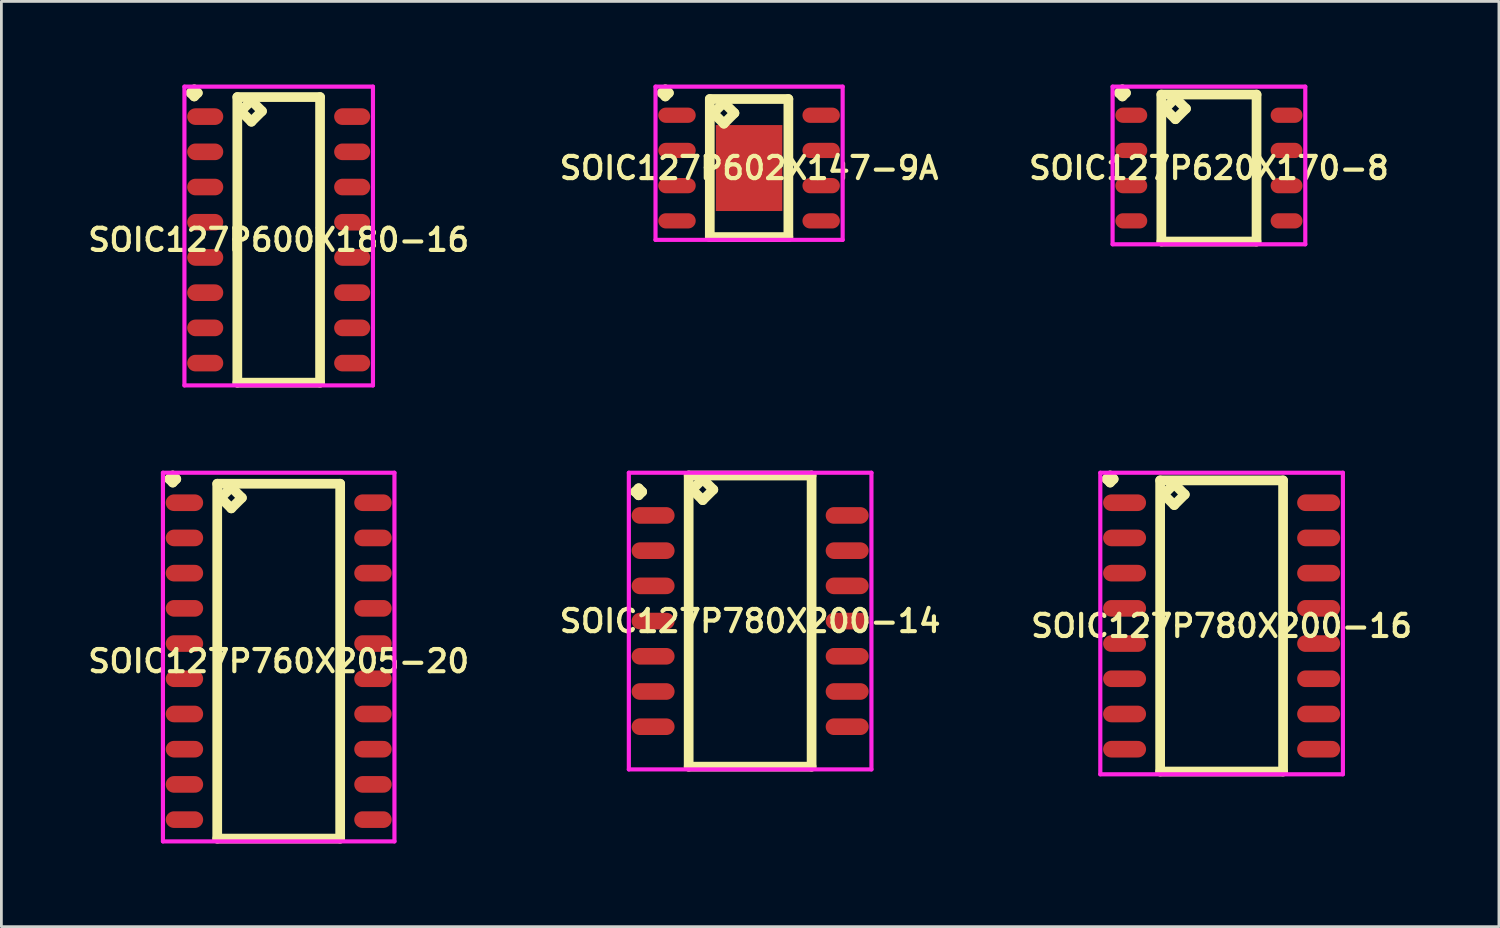
<source format=kicad_pcb>
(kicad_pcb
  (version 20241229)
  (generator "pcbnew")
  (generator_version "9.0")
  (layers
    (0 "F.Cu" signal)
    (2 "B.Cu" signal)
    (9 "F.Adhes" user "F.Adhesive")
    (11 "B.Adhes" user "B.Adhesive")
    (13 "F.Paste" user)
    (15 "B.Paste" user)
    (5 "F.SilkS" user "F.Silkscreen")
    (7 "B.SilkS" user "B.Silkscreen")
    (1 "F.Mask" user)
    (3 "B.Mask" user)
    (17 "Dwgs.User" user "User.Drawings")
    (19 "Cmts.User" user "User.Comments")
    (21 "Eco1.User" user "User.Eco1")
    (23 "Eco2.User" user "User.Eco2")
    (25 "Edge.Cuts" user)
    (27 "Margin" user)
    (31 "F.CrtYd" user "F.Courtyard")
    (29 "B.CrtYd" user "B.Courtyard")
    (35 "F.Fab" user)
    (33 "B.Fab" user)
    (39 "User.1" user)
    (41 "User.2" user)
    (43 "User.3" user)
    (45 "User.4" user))
  (footprint "SOIC127P760X205-20"
    (layer "F.Cu")
    (at 7.002 20.797)
    (property "Reference" "SOIC127P760X205-20" (at 0 0 0) (layer "F.SilkS") (effects (font (size 0.8 0.8) (thickness 0.15))))
    (attr smd)
    (fp_line (start -3.948 -6.569) (end -3.821 -6.696) (stroke (width 0.35) (type solid)) (layer "F.SilkS"))
    (fp_line (start -3.821 -6.696) (end -3.694 -6.569) (stroke (width 0.35) (type solid)) (layer "F.SilkS"))
    (fp_line (start -3.821 -6.442) (end -3.948 -6.569) (stroke (width 0.35) (type solid)) (layer "F.SilkS"))
    (fp_line (start -3.694 -6.569) (end -3.821 -6.442) (stroke (width 0.35) (type solid)) (layer "F.SilkS"))
    (fp_line (start -2.217 -6.4) (end -2.217 6.4) (stroke (width 0.35) (type solid)) (layer "F.SilkS"))
    (fp_line (start -2.217 6.4) (end 2.217 6.4) (stroke (width 0.35) (type solid)) (layer "F.SilkS"))
    (fp_line (start -2.09 -5.892) (end -1.709 -6.273) (stroke (width 0.35) (type solid)) (layer "F.SilkS"))
    (fp_line (start -1.709 -6.273) (end -1.328 -5.892) (stroke (width 0.35) (type solid)) (layer "F.SilkS"))
    (fp_line (start -1.709 -5.511) (end -2.09 -5.892) (stroke (width 0.35) (type solid)) (layer "F.SilkS"))
    (fp_line (start -1.328 -5.892) (end -1.709 -5.511) (stroke (width 0.35) (type solid)) (layer "F.SilkS"))
    (fp_line (start 2.217 -6.4) (end -2.217 -6.4) (stroke (width 0.35) (type solid)) (layer "F.SilkS"))
    (fp_line (start 2.217 6.4) (end 2.217 -6.4) (stroke (width 0.35) (type solid)) (layer "F.SilkS"))
    (fp_line (start -4.175 -6.796) (end 4.175 -6.796) (stroke (width 0.15) (type solid)) (layer "F.CrtYd"))
    (fp_line (start -4.175 6.5) (end -4.175 -6.796) (stroke (width 0.15) (type solid)) (layer "F.CrtYd"))
    (fp_line (start 4.175 -6.796) (end 4.175 6.5) (stroke (width 0.15) (type solid)) (layer "F.CrtYd"))
    (fp_line (start 4.175 6.5) (end -4.175 6.5) (stroke (width 0.15) (type solid)) (layer "F.CrtYd"))
    (pad "1" smd oval (at -3.4 -5.715) (size 1.35 0.6) (layers "F.Cu" "F.Mask" "F.Paste"))
    (pad "2" smd oval (at -3.4 -4.445) (size 1.35 0.6) (layers "F.Cu" "F.Mask" "F.Paste"))
    (pad "3" smd oval (at -3.4 -3.175) (size 1.35 0.6) (layers "F.Cu" "F.Mask" "F.Paste"))
    (pad "4" smd oval (at -3.4 -1.905) (size 1.35 0.6) (layers "F.Cu" "F.Mask" "F.Paste"))
    (pad "5" smd oval (at -3.4 -0.635) (size 1.35 0.6) (layers "F.Cu" "F.Mask" "F.Paste"))
    (pad "6" smd oval (at -3.4 0.635) (size 1.35 0.6) (layers "F.Cu" "F.Mask" "F.Paste"))
    (pad "7" smd oval (at -3.4 1.905) (size 1.35 0.6) (layers "F.Cu" "F.Mask" "F.Paste"))
    (pad "8" smd oval (at -3.4 3.175) (size 1.35 0.6) (layers "F.Cu" "F.Mask" "F.Paste"))
    (pad "9" smd oval (at -3.4 4.445) (size 1.35 0.6) (layers "F.Cu" "F.Mask" "F.Paste"))
    (pad "10" smd oval (at -3.4 5.715) (size 1.35 0.6) (layers "F.Cu" "F.Mask" "F.Paste"))
    (pad "11" smd oval (at 3.4 5.715) (size 1.35 0.6) (layers "F.Cu" "F.Mask" "F.Paste"))
    (pad "12" smd oval (at 3.4 4.445) (size 1.35 0.6) (layers "F.Cu" "F.Mask" "F.Paste"))
    (pad "13" smd oval (at 3.4 3.175) (size 1.35 0.6) (layers "F.Cu" "F.Mask" "F.Paste"))
    (pad "14" smd oval (at 3.4 1.905) (size 1.35 0.6) (layers "F.Cu" "F.Mask" "F.Paste"))
    (pad "15" smd oval (at 3.4 0.635) (size 1.35 0.6) (layers "F.Cu" "F.Mask" "F.Paste"))
    (pad "16" smd oval (at 3.4 -0.635) (size 1.35 0.6) (layers "F.Cu" "F.Mask" "F.Paste"))
    (pad "17" smd oval (at 3.4 -1.905) (size 1.35 0.6) (layers "F.Cu" "F.Mask" "F.Paste"))
    (pad "18" smd oval (at 3.4 -3.175) (size 1.35 0.6) (layers "F.Cu" "F.Mask" "F.Paste"))
    (pad "19" smd oval (at 3.4 -4.445) (size 1.35 0.6) (layers "F.Cu" "F.Mask" "F.Paste"))
    (pad "20" smd oval (at 3.4 -5.715) (size 1.35 0.6) (layers "F.Cu" "F.Mask" "F.Paste")))
  (footprint "SOIC127P602X147-9A"
    (layer "F.Cu")
    (at 23.968 3.011)
    (property "Reference" "SOIC127P602X147-9A" (at 0 0 0) (layer "F.SilkS") (effects (font (size 0.8 0.8) (thickness 0.15))))
    (attr smd)
    (fp_line (start -3.148 -2.709) (end -3.021 -2.836) (stroke (width 0.35) (type solid)) (layer "F.SilkS"))
    (fp_line (start -3.021 -2.836) (end -2.894 -2.709) (stroke (width 0.35) (type solid)) (layer "F.SilkS"))
    (fp_line (start -3.021 -2.582) (end -3.148 -2.709) (stroke (width 0.35) (type solid)) (layer "F.SilkS"))
    (fp_line (start -2.894 -2.709) (end -3.021 -2.582) (stroke (width 0.35) (type solid)) (layer "F.SilkS"))
    (fp_line (start -1.417 -2.49) (end -1.417 2.49) (stroke (width 0.35) (type solid)) (layer "F.SilkS"))
    (fp_line (start -1.417 2.49) (end 1.417 2.49) (stroke (width 0.35) (type solid)) (layer "F.SilkS"))
    (fp_line (start -1.29 -1.982) (end -0.909 -2.363) (stroke (width 0.35) (type solid)) (layer "F.SilkS"))
    (fp_line (start -0.909 -2.363) (end -0.528 -1.982) (stroke (width 0.35) (type solid)) (layer "F.SilkS"))
    (fp_line (start -0.909 -1.601) (end -1.29 -1.982) (stroke (width 0.35) (type solid)) (layer "F.SilkS"))
    (fp_line (start -0.528 -1.982) (end -0.909 -1.601) (stroke (width 0.35) (type solid)) (layer "F.SilkS"))
    (fp_line (start 1.417 -2.49) (end -1.417 -2.49) (stroke (width 0.35) (type solid)) (layer "F.SilkS"))
    (fp_line (start 1.417 2.49) (end 1.417 -2.49) (stroke (width 0.35) (type solid)) (layer "F.SilkS"))
    (fp_line (start -3.375 -2.936) (end 3.375 -2.936) (stroke (width 0.15) (type solid)) (layer "F.CrtYd"))
    (fp_line (start -3.375 2.59) (end -3.375 -2.936) (stroke (width 0.15) (type solid)) (layer "F.CrtYd"))
    (fp_line (start 3.375 -2.936) (end 3.375 2.59) (stroke (width 0.15) (type solid)) (layer "F.CrtYd"))
    (fp_line (start 3.375 2.59) (end -3.375 2.59) (stroke (width 0.15) (type solid)) (layer "F.CrtYd"))
    (pad "1" smd oval (at -2.6 -1.905) (size 1.35 0.55) (layers "F.Cu" "F.Mask" "F.Paste"))
    (pad "2" smd oval (at -2.6 -0.635) (size 1.35 0.55) (layers "F.Cu" "F.Mask" "F.Paste"))
    (pad "3" smd oval (at -2.6 0.635) (size 1.35 0.55) (layers "F.Cu" "F.Mask" "F.Paste"))
    (pad "4" smd oval (at -2.6 1.905) (size 1.35 0.55) (layers "F.Cu" "F.Mask" "F.Paste"))
    (pad "5" smd oval (at 2.6 1.905) (size 1.35 0.55) (layers "F.Cu" "F.Mask" "F.Paste"))
    (pad "6" smd oval (at 2.6 0.635) (size 1.35 0.55) (layers "F.Cu" "F.Mask" "F.Paste"))
    (pad "7" smd oval (at 2.6 -0.635) (size 1.35 0.55) (layers "F.Cu" "F.Mask" "F.Paste"))
    (pad "8" smd oval (at 2.6 -1.905) (size 1.35 0.55) (layers "F.Cu" "F.Mask" "F.Paste"))
    (pad "9" smd rect (at 0 0) (size 2.4 3.1) (layers "F.Cu" "F.Mask" "F.Paste")))
  (footprint "SOIC127P600X180-16"
    (layer "F.Cu")
    (at 7.002 5.601)
    (property "Reference" "SOIC127P600X180-16" (at 0 0 0) (layer "F.SilkS") (effects (font (size 0.8 0.8) (thickness 0.15))))
    (attr smd)
    (fp_line (start -3.173 -5.299) (end -3.046 -5.426) (stroke (width 0.35) (type solid)) (layer "F.SilkS"))
    (fp_line (start -3.046 -5.426) (end -2.919 -5.299) (stroke (width 0.35) (type solid)) (layer "F.SilkS"))
    (fp_line (start -3.046 -5.172) (end -3.173 -5.299) (stroke (width 0.35) (type solid)) (layer "F.SilkS"))
    (fp_line (start -2.919 -5.299) (end -3.046 -5.172) (stroke (width 0.35) (type solid)) (layer "F.SilkS"))
    (fp_line (start -1.492 -5.15) (end -1.492 5.15) (stroke (width 0.35) (type solid)) (layer "F.SilkS"))
    (fp_line (start -1.492 5.15) (end 1.492 5.15) (stroke (width 0.35) (type solid)) (layer "F.SilkS"))
    (fp_line (start -1.365 -4.642) (end -0.984 -5.023) (stroke (width 0.35) (type solid)) (layer "F.SilkS"))
    (fp_line (start -0.984 -5.023) (end -0.603 -4.642) (stroke (width 0.35) (type solid)) (layer "F.SilkS"))
    (fp_line (start -0.984 -4.261) (end -1.365 -4.642) (stroke (width 0.35) (type solid)) (layer "F.SilkS"))
    (fp_line (start -0.603 -4.642) (end -0.984 -4.261) (stroke (width 0.35) (type solid)) (layer "F.SilkS"))
    (fp_line (start 1.492 -5.15) (end -1.492 -5.15) (stroke (width 0.35) (type solid)) (layer "F.SilkS"))
    (fp_line (start 1.492 5.15) (end 1.492 -5.15) (stroke (width 0.35) (type solid)) (layer "F.SilkS"))
    (fp_line (start -3.4 -5.526) (end 3.4 -5.526) (stroke (width 0.15) (type solid)) (layer "F.CrtYd"))
    (fp_line (start -3.4 5.25) (end -3.4 -5.526) (stroke (width 0.15) (type solid)) (layer "F.CrtYd"))
    (fp_line (start 3.4 -5.526) (end 3.4 5.25) (stroke (width 0.15) (type solid)) (layer "F.CrtYd"))
    (fp_line (start 3.4 5.25) (end -3.4 5.25) (stroke (width 0.15) (type solid)) (layer "F.CrtYd"))
    (pad "1" smd oval (at -2.65 -4.445) (size 1.3 0.6) (layers "F.Cu" "F.Mask" "F.Paste"))
    (pad "2" smd oval (at -2.65 -3.175) (size 1.3 0.6) (layers "F.Cu" "F.Mask" "F.Paste"))
    (pad "3" smd oval (at -2.65 -1.905) (size 1.3 0.6) (layers "F.Cu" "F.Mask" "F.Paste"))
    (pad "4" smd oval (at -2.65 -0.635) (size 1.3 0.6) (layers "F.Cu" "F.Mask" "F.Paste"))
    (pad "5" smd oval (at -2.65 0.635) (size 1.3 0.6) (layers "F.Cu" "F.Mask" "F.Paste"))
    (pad "6" smd oval (at -2.65 1.905) (size 1.3 0.6) (layers "F.Cu" "F.Mask" "F.Paste"))
    (pad "7" smd oval (at -2.65 3.175) (size 1.3 0.6) (layers "F.Cu" "F.Mask" "F.Paste"))
    (pad "8" smd oval (at -2.65 4.445) (size 1.3 0.6) (layers "F.Cu" "F.Mask" "F.Paste"))
    (pad "9" smd oval (at 2.65 4.445) (size 1.3 0.6) (layers "F.Cu" "F.Mask" "F.Paste"))
    (pad "10" smd oval (at 2.65 3.175) (size 1.3 0.6) (layers "F.Cu" "F.Mask" "F.Paste"))
    (pad "11" smd oval (at 2.65 1.905) (size 1.3 0.6) (layers "F.Cu" "F.Mask" "F.Paste"))
    (pad "12" smd oval (at 2.65 0.635) (size 1.3 0.6) (layers "F.Cu" "F.Mask" "F.Paste"))
    (pad "13" smd oval (at 2.65 -0.635) (size 1.3 0.6) (layers "F.Cu" "F.Mask" "F.Paste"))
    (pad "14" smd oval (at 2.65 -1.905) (size 1.3 0.6) (layers "F.Cu" "F.Mask" "F.Paste"))
    (pad "15" smd oval (at 2.65 -3.175) (size 1.3 0.6) (layers "F.Cu" "F.Mask" "F.Paste"))
    (pad "16" smd oval (at 2.65 -4.445) (size 1.3 0.6) (layers "F.Cu" "F.Mask" "F.Paste")))
  (footprint "SOIC127P780X200-16"
    (layer "F.Cu")
    (at 41.011 19.527)
    (property "Reference" "SOIC127P780X200-16" (at 0 0 0) (layer "F.SilkS") (effects (font (size 0.8 0.8) (thickness 0.15))))
    (attr smd)
    (fp_line (start -4.148 -5.299) (end -4.021 -5.426) (stroke (width 0.35) (type solid)) (layer "F.SilkS"))
    (fp_line (start -4.021 -5.426) (end -3.894 -5.299) (stroke (width 0.35) (type solid)) (layer "F.SilkS"))
    (fp_line (start -4.021 -5.172) (end -4.148 -5.299) (stroke (width 0.35) (type solid)) (layer "F.SilkS"))
    (fp_line (start -3.894 -5.299) (end -4.021 -5.172) (stroke (width 0.35) (type solid)) (layer "F.SilkS"))
    (fp_line (start -2.217 -5.25) (end -2.217 5.25) (stroke (width 0.35) (type solid)) (layer "F.SilkS"))
    (fp_line (start -2.217 5.25) (end 2.217 5.25) (stroke (width 0.35) (type solid)) (layer "F.SilkS"))
    (fp_line (start -2.09 -4.742) (end -1.709 -5.123) (stroke (width 0.35) (type solid)) (layer "F.SilkS"))
    (fp_line (start -1.709 -5.123) (end -1.328 -4.742) (stroke (width 0.35) (type solid)) (layer "F.SilkS"))
    (fp_line (start -1.709 -4.361) (end -2.09 -4.742) (stroke (width 0.35) (type solid)) (layer "F.SilkS"))
    (fp_line (start -1.328 -4.742) (end -1.709 -4.361) (stroke (width 0.35) (type solid)) (layer "F.SilkS"))
    (fp_line (start 2.217 -5.25) (end -2.217 -5.25) (stroke (width 0.35) (type solid)) (layer "F.SilkS"))
    (fp_line (start 2.217 5.25) (end 2.217 -5.25) (stroke (width 0.35) (type solid)) (layer "F.SilkS"))
    (fp_line (start -4.375 -5.526) (end 4.375 -5.526) (stroke (width 0.15) (type solid)) (layer "F.CrtYd"))
    (fp_line (start -4.375 5.35) (end -4.375 -5.526) (stroke (width 0.15) (type solid)) (layer "F.CrtYd"))
    (fp_line (start 4.375 -5.526) (end 4.375 5.35) (stroke (width 0.15) (type solid)) (layer "F.CrtYd"))
    (fp_line (start 4.375 5.35) (end -4.375 5.35) (stroke (width 0.15) (type solid)) (layer "F.CrtYd"))
    (pad "1" smd oval (at -3.5 -4.445) (size 1.55 0.6) (layers "F.Cu" "F.Mask" "F.Paste"))
    (pad "2" smd oval (at -3.5 -3.175) (size 1.55 0.6) (layers "F.Cu" "F.Mask" "F.Paste"))
    (pad "3" smd oval (at -3.5 -1.905) (size 1.55 0.6) (layers "F.Cu" "F.Mask" "F.Paste"))
    (pad "4" smd oval (at -3.5 -0.635) (size 1.55 0.6) (layers "F.Cu" "F.Mask" "F.Paste"))
    (pad "5" smd oval (at -3.5 0.635) (size 1.55 0.6) (layers "F.Cu" "F.Mask" "F.Paste"))
    (pad "6" smd oval (at -3.5 1.905) (size 1.55 0.6) (layers "F.Cu" "F.Mask" "F.Paste"))
    (pad "7" smd oval (at -3.5 3.175) (size 1.55 0.6) (layers "F.Cu" "F.Mask" "F.Paste"))
    (pad "8" smd oval (at -3.5 4.445) (size 1.55 0.6) (layers "F.Cu" "F.Mask" "F.Paste"))
    (pad "9" smd oval (at 3.5 4.445) (size 1.55 0.6) (layers "F.Cu" "F.Mask" "F.Paste"))
    (pad "10" smd oval (at 3.5 3.175) (size 1.55 0.6) (layers "F.Cu" "F.Mask" "F.Paste"))
    (pad "11" smd oval (at 3.5 1.905) (size 1.55 0.6) (layers "F.Cu" "F.Mask" "F.Paste"))
    (pad "12" smd oval (at 3.5 0.635) (size 1.55 0.6) (layers "F.Cu" "F.Mask" "F.Paste"))
    (pad "13" smd oval (at 3.5 -0.635) (size 1.55 0.6) (layers "F.Cu" "F.Mask" "F.Paste"))
    (pad "14" smd oval (at 3.5 -1.905) (size 1.55 0.6) (layers "F.Cu" "F.Mask" "F.Paste"))
    (pad "15" smd oval (at 3.5 -3.175) (size 1.55 0.6) (layers "F.Cu" "F.Mask" "F.Paste"))
    (pad "16" smd oval (at 3.5 -4.445) (size 1.55 0.6) (layers "F.Cu" "F.Mask" "F.Paste")))
  (footprint "SOIC127P620X170-8"
    (layer "F.Cu")
    (at 40.554 3.011)
    (property "Reference" "SOIC127P620X170-8" (at 0 0 0) (layer "F.SilkS") (effects (font (size 0.8 0.8) (thickness 0.15))))
    (attr smd)
    (fp_line (start -3.248 -2.709) (end -3.121 -2.836) (stroke (width 0.35) (type solid)) (layer "F.SilkS"))
    (fp_line (start -3.121 -2.836) (end -2.994 -2.709) (stroke (width 0.35) (type solid)) (layer "F.SilkS"))
    (fp_line (start -3.121 -2.582) (end -3.248 -2.709) (stroke (width 0.35) (type solid)) (layer "F.SilkS"))
    (fp_line (start -2.994 -2.709) (end -3.121 -2.582) (stroke (width 0.35) (type solid)) (layer "F.SilkS"))
    (fp_line (start -1.717 -2.65) (end -1.717 2.65) (stroke (width 0.35) (type solid)) (layer "F.SilkS"))
    (fp_line (start -1.717 2.65) (end 1.717 2.65) (stroke (width 0.35) (type solid)) (layer "F.SilkS"))
    (fp_line (start -1.59 -2.142) (end -1.209 -2.523) (stroke (width 0.35) (type solid)) (layer "F.SilkS"))
    (fp_line (start -1.209 -2.523) (end -0.828 -2.142) (stroke (width 0.35) (type solid)) (layer "F.SilkS"))
    (fp_line (start -1.209 -1.761) (end -1.59 -2.142) (stroke (width 0.35) (type solid)) (layer "F.SilkS"))
    (fp_line (start -0.828 -2.142) (end -1.209 -1.761) (stroke (width 0.35) (type solid)) (layer "F.SilkS"))
    (fp_line (start 1.717 -2.65) (end -1.717 -2.65) (stroke (width 0.35) (type solid)) (layer "F.SilkS"))
    (fp_line (start 1.717 2.65) (end 1.717 -2.65) (stroke (width 0.35) (type solid)) (layer "F.SilkS"))
    (fp_line (start -3.475 -2.936) (end 3.475 -2.936) (stroke (width 0.15) (type solid)) (layer "F.CrtYd"))
    (fp_line (start -3.475 2.75) (end -3.475 -2.936) (stroke (width 0.15) (type solid)) (layer "F.CrtYd"))
    (fp_line (start 3.475 -2.936) (end 3.475 2.75) (stroke (width 0.15) (type solid)) (layer "F.CrtYd"))
    (fp_line (start 3.475 2.75) (end -3.475 2.75) (stroke (width 0.15) (type solid)) (layer "F.CrtYd"))
    (pad "1" smd oval (at -2.8 -1.905) (size 1.15 0.55) (layers "F.Cu" "F.Mask" "F.Paste"))
    (pad "2" smd oval (at -2.8 -0.635) (size 1.15 0.55) (layers "F.Cu" "F.Mask" "F.Paste"))
    (pad "3" smd oval (at -2.8 0.635) (size 1.15 0.55) (layers "F.Cu" "F.Mask" "F.Paste"))
    (pad "4" smd oval (at -2.8 1.905) (size 1.15 0.55) (layers "F.Cu" "F.Mask" "F.Paste"))
    (pad "5" smd oval (at 2.8 1.905) (size 1.15 0.55) (layers "F.Cu" "F.Mask" "F.Paste"))
    (pad "6" smd oval (at 2.8 0.635) (size 1.15 0.55) (layers "F.Cu" "F.Mask" "F.Paste"))
    (pad "7" smd oval (at 2.8 -0.635) (size 1.15 0.55) (layers "F.Cu" "F.Mask" "F.Paste"))
    (pad "8" smd oval (at 2.8 -1.905) (size 1.15 0.55) (layers "F.Cu" "F.Mask" "F.Paste")))
  (footprint "SOIC127P780X200-14"
    (layer "F.Cu")
    (at 24.006 19.351)
    (property "Reference" "SOIC127P780X200-14" (at 0 0 0) (layer "F.SilkS") (effects (font (size 0.8 0.8) (thickness 0.15))))
    (attr smd)
    (fp_line (start -4.148 -4.664) (end -4.021 -4.791) (stroke (width 0.35) (type solid)) (layer "F.SilkS"))
    (fp_line (start -4.021 -4.791) (end -3.894 -4.664) (stroke (width 0.35) (type solid)) (layer "F.SilkS"))
    (fp_line (start -4.021 -4.537) (end -4.148 -4.664) (stroke (width 0.35) (type solid)) (layer "F.SilkS"))
    (fp_line (start -3.894 -4.664) (end -4.021 -4.537) (stroke (width 0.35) (type solid)) (layer "F.SilkS"))
    (fp_line (start -2.217 -5.25) (end -2.217 5.25) (stroke (width 0.35) (type solid)) (layer "F.SilkS"))
    (fp_line (start -2.217 5.25) (end 2.217 5.25) (stroke (width 0.35) (type solid)) (layer "F.SilkS"))
    (fp_line (start -2.09 -4.742) (end -1.709 -5.123) (stroke (width 0.35) (type solid)) (layer "F.SilkS"))
    (fp_line (start -1.709 -5.123) (end -1.328 -4.742) (stroke (width 0.35) (type solid)) (layer "F.SilkS"))
    (fp_line (start -1.709 -4.361) (end -2.09 -4.742) (stroke (width 0.35) (type solid)) (layer "F.SilkS"))
    (fp_line (start -1.328 -4.742) (end -1.709 -4.361) (stroke (width 0.35) (type solid)) (layer "F.SilkS"))
    (fp_line (start 2.217 -5.25) (end -2.217 -5.25) (stroke (width 0.35) (type solid)) (layer "F.SilkS"))
    (fp_line (start 2.217 5.25) (end 2.217 -5.25) (stroke (width 0.35) (type solid)) (layer "F.SilkS"))
    (fp_line (start -4.375 -5.35) (end 4.375 -5.35) (stroke (width 0.15) (type solid)) (layer "F.CrtYd"))
    (fp_line (start -4.375 5.35) (end -4.375 -5.35) (stroke (width 0.15) (type solid)) (layer "F.CrtYd"))
    (fp_line (start 4.375 -5.35) (end 4.375 5.35) (stroke (width 0.15) (type solid)) (layer "F.CrtYd"))
    (fp_line (start 4.375 5.35) (end -4.375 5.35) (stroke (width 0.15) (type solid)) (layer "F.CrtYd"))
    (pad "1" smd oval (at -3.5 -3.81) (size 1.55 0.6) (layers "F.Cu" "F.Mask" "F.Paste"))
    (pad "2" smd oval (at -3.5 -2.54) (size 1.55 0.6) (layers "F.Cu" "F.Mask" "F.Paste"))
    (pad "3" smd oval (at -3.5 -1.27) (size 1.55 0.6) (layers "F.Cu" "F.Mask" "F.Paste"))
    (pad "4" smd oval (at -3.5 0) (size 1.55 0.6) (layers "F.Cu" "F.Mask" "F.Paste"))
    (pad "5" smd oval (at -3.5 1.27) (size 1.55 0.6) (layers "F.Cu" "F.Mask" "F.Paste"))
    (pad "6" smd oval (at -3.5 2.54) (size 1.55 0.6) (layers "F.Cu" "F.Mask" "F.Paste"))
    (pad "7" smd oval (at -3.5 3.81) (size 1.55 0.6) (layers "F.Cu" "F.Mask" "F.Paste"))
    (pad "8" smd oval (at 3.5 3.81) (size 1.55 0.6) (layers "F.Cu" "F.Mask" "F.Paste"))
    (pad "9" smd oval (at 3.5 2.54) (size 1.55 0.6) (layers "F.Cu" "F.Mask" "F.Paste"))
    (pad "10" smd oval (at 3.5 1.27) (size 1.55 0.6) (layers "F.Cu" "F.Mask" "F.Paste"))
    (pad "11" smd oval (at 3.5 0) (size 1.55 0.6) (layers "F.Cu" "F.Mask" "F.Paste"))
    (pad "12" smd oval (at 3.5 -1.27) (size 1.55 0.6) (layers "F.Cu" "F.Mask" "F.Paste"))
    (pad "13" smd oval (at 3.5 -2.54) (size 1.55 0.6) (layers "F.Cu" "F.Mask" "F.Paste"))
    (pad "14" smd oval (at 3.5 -3.81) (size 1.55 0.6) (layers "F.Cu" "F.Mask" "F.Paste")))
  (gr_rect
    (start -3 -3)
    (end 51.013 30.372)
    (stroke (width 0.1) (type default))
    (fill no)
    (layer "Edge.Cuts")))
</source>
